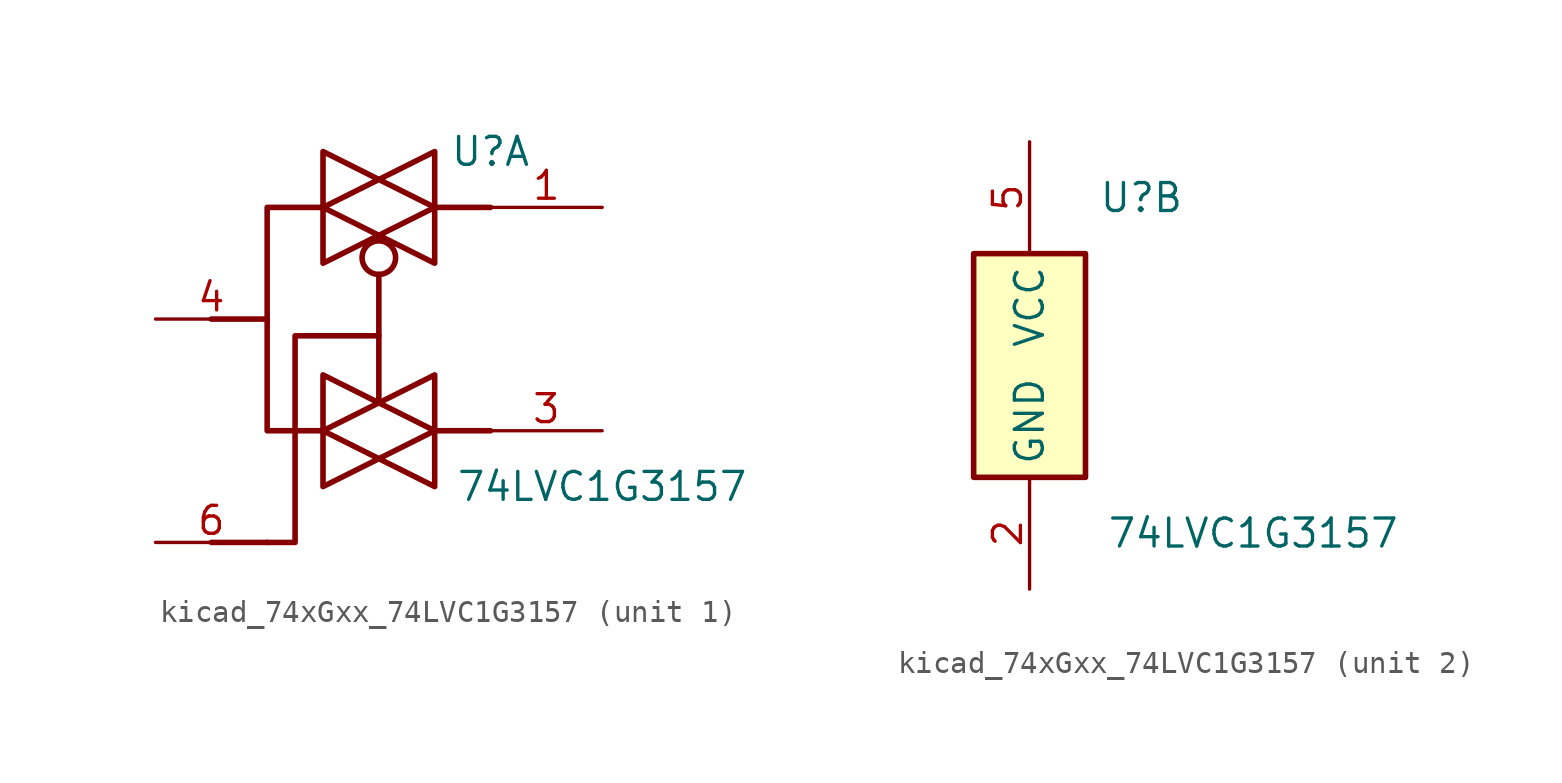
<source format=kicad_sym>
(kicad_symbol_lib
  (version 20220914)
  (generator kicad_symbol_editor)
  (symbol "kicad_74xGxx_74LVC1G3157"
    (property "Reference" "U"
      (at 5.08 7.62 0)
      (effects (font (size 1.27 1.27))))
    (property "Value" "74LVC1G3157"
      (at 10.16 -7.62 0)
      (effects (font (size 1.27 1.27))))
    (property "ki_locked" ""
      (at 0 0 0)
      (effects (font (size 1.27 1.27))))
    (symbol "kicad_74xGxx_74LVC1G3157_1_1"
      (polyline (pts (xy -7.62 -10.16) (xy -5.08 -10.16)) (stroke (width 0.254) (type default)) (fill (type background)))
      (polyline (pts (xy -7.62 0) (xy -5.08 0)) (stroke (width 0.254) (type default)) (fill (type background)))
      (polyline (pts (xy 0 -3.81) (xy 0 2.032)) (stroke (width 0.254) (type default)) (fill (type none)))
      (polyline (pts (xy 5.08 -5.08) (xy 2.54 -5.08)) (stroke (width 0.254) (type default)) (fill (type background)))
      (polyline (pts (xy 5.08 5.08) (xy 2.54 5.08)) (stroke (width 0.254) (type default)) (fill (type background)))
      (polyline (pts (xy -2.54 -5.08) (xy 0 -6.35) (xy -2.54 -7.62) (xy -2.54 -5.08)) (stroke (width 0.254) (type default)) (fill (type none)))
      (polyline (pts (xy -2.54 -2.54) (xy -2.54 -5.08) (xy 0 -3.81) (xy -2.54 -2.54)) (stroke (width 0.254) (type default)) (fill (type none)))
      (polyline (pts (xy -2.54 5.08) (xy 0 3.81) (xy -2.54 2.54) (xy -2.54 5.08)) (stroke (width 0.254) (type default)) (fill (type none)))
      (polyline (pts (xy -2.54 7.62) (xy 0 6.35) (xy -2.54 5.08) (xy -2.54 7.62)) (stroke (width 0.254) (type default)) (fill (type none)))
      (polyline (pts (xy 0 -0.762) (xy -3.81 -0.762) (xy -3.81 -10.16) (xy -5.08 -10.16)) (stroke (width 0.254) (type default)) (fill (type none)))
      (polyline (pts (xy 2.54 -5.08) (xy 0 -6.35) (xy 2.54 -7.62) (xy 2.54 -5.08)) (stroke (width 0.254) (type default)) (fill (type none)))
      (polyline (pts (xy 2.54 -2.54) (xy 2.54 -5.08) (xy 0 -3.81) (xy 2.54 -2.54)) (stroke (width 0.254) (type default)) (fill (type none)))
      (polyline (pts (xy 2.54 5.08) (xy 2.54 2.54) (xy 0 3.81) (xy 2.54 5.08)) (stroke (width 0.254) (type default)) (fill (type none)))
      (polyline (pts (xy 2.54 5.08) (xy 2.54 7.62) (xy 0 6.35) (xy 2.54 5.08)) (stroke (width 0.254) (type default)) (fill (type none)))
      (polyline (pts (xy -2.54 5.08) (xy -5.08 5.08) (xy -5.08 0) (xy -5.08 -5.08) (xy -2.54 -5.08)) (stroke (width 0.254) (type default)) (fill (type none)))
      (circle (center 0 2.794) (radius 0.762) (stroke (width 0.254) (type default)) (fill (type none)))
      (pin bidirectional line (at 10.16 5.08 180) (length 5.08) (name "~" (effects (font (size 1.27 1.27)))) (number "1" (effects (font (size 1.27 1.27)))))
      (pin bidirectional line (at 10.16 -5.08 180) (length 5.08) (name "~" (effects (font (size 1.27 1.27)))) (number "3" (effects (font (size 1.27 1.27)))))
      (pin bidirectional line (at -10.16 0 0) (length 5.08) (name "~" (effects (font (size 1.27 1.27)))) (number "4" (effects (font (size 1.27 1.27)))))
      (pin input line (at -10.16 -10.16 0) (length 5.08) (name "~" (effects (font (size 1.27 1.27)))) (number "6" (effects (font (size 1.27 1.27))))))
    (symbol "kicad_74xGxx_74LVC1G3157_2_1"
      (rectangle (start -2.54 5.08) (end 2.54 -5.08) (stroke (width 0.254) (type default)) (fill (type background)))
      (pin power_in line (at 0 -10.16 90) (length 5.08) (name "GND" (effects (font (size 1.27 1.27)))) (number "2" (effects (font (size 1.27 1.27)))))
      (pin power_in line (at 0 10.16 270) (length 5.08) (name "VCC" (effects (font (size 1.27 1.27)))) (number "5" (effects (font (size 1.27 1.27))))))))
</source>
